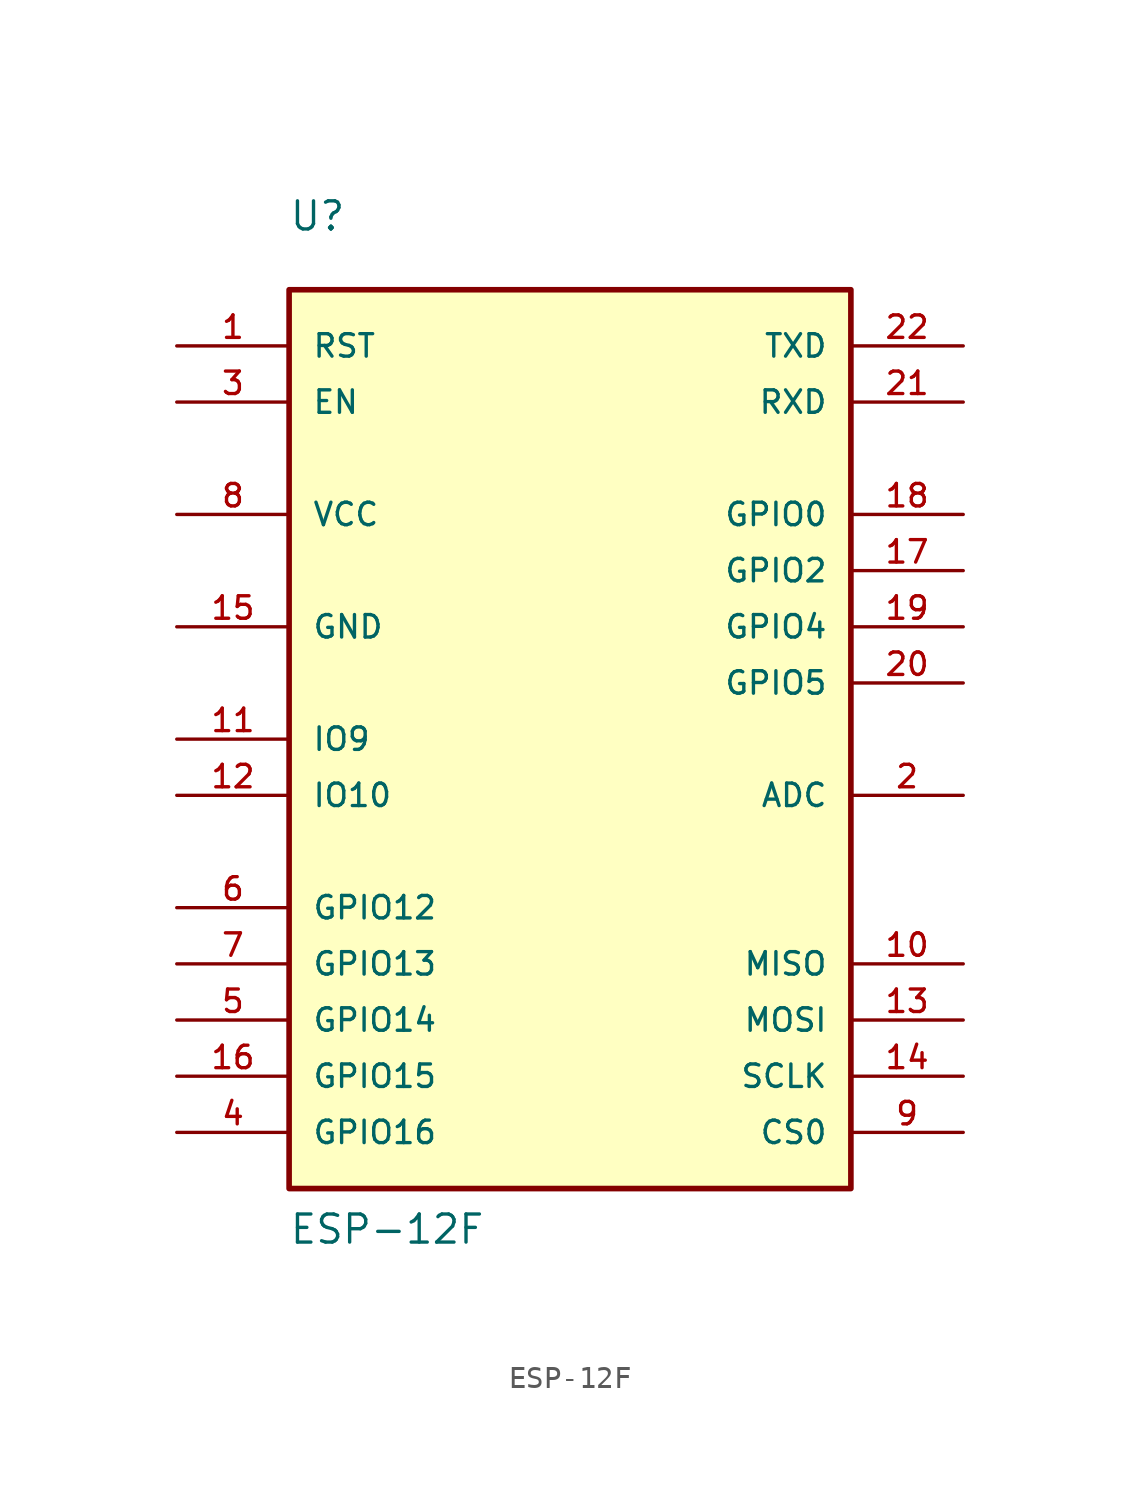
<source format=kicad_sym>
(kicad_symbol_lib
  (version 20220914)
  (generator kicad_symbol_editor)
  (symbol "ESP-12F"
    (pin_names
      (offset 1.016))
    (property "Reference" "U"
      (at -12.725 22.906 0)
      (effects (font (size 1.27 1.27)) (justify left bottom)))
    (property "Value" "ESP-12F"
      (at -12.724 -22.903 0)
      (effects (font (size 1.27 1.27)) (justify left bottom)))
    (symbol "ESP-12F_0_0"
      (rectangle (start -12.7 -20.32) (end 12.7 20.32) (stroke (width 0.254) (type default)) (fill (type background)))
      (pin bidirectional line (at -17.78 17.78 0) (length 5.08) (name "RST" (effects (font (size 1.016 1.016)))) (number "1" (effects (font (size 1.016 1.016)))))
      (pin bidirectional line (at 17.78 -10.16 180) (length 5.08) (name "MISO" (effects (font (size 1.016 1.016)))) (number "10" (effects (font (size 1.016 1.016)))))
      (pin bidirectional line (at -17.78 0 0) (length 5.08) (name "IO9" (effects (font (size 1.016 1.016)))) (number "11" (effects (font (size 1.016 1.016)))))
      (pin bidirectional line (at -17.78 -2.54 0) (length 5.08) (name "IO10" (effects (font (size 1.016 1.016)))) (number "12" (effects (font (size 1.016 1.016)))))
      (pin bidirectional line (at 17.78 -12.7 180) (length 5.08) (name "MOSI" (effects (font (size 1.016 1.016)))) (number "13" (effects (font (size 1.016 1.016)))))
      (pin bidirectional line (at 17.78 -15.24 180) (length 5.08) (name "SCLK" (effects (font (size 1.016 1.016)))) (number "14" (effects (font (size 1.016 1.016)))))
      (pin bidirectional line (at -17.78 5.08 0) (length 5.08) (name "GND" (effects (font (size 1.016 1.016)))) (number "15" (effects (font (size 1.016 1.016)))))
      (pin bidirectional line (at -17.78 -15.24 0) (length 5.08) (name "GPIO15" (effects (font (size 1.016 1.016)))) (number "16" (effects (font (size 1.016 1.016)))))
      (pin bidirectional line (at 17.78 7.62 180) (length 5.08) (name "GPIO2" (effects (font (size 1.016 1.016)))) (number "17" (effects (font (size 1.016 1.016)))))
      (pin bidirectional line (at 17.78 10.16 180) (length 5.08) (name "GPIO0" (effects (font (size 1.016 1.016)))) (number "18" (effects (font (size 1.016 1.016)))))
      (pin bidirectional line (at 17.78 5.08 180) (length 5.08) (name "GPIO4" (effects (font (size 1.016 1.016)))) (number "19" (effects (font (size 1.016 1.016)))))
      (pin bidirectional line (at 17.78 -2.54 180) (length 5.08) (name "ADC" (effects (font (size 1.016 1.016)))) (number "2" (effects (font (size 1.016 1.016)))))
      (pin bidirectional line (at 17.78 2.54 180) (length 5.08) (name "GPIO5" (effects (font (size 1.016 1.016)))) (number "20" (effects (font (size 1.016 1.016)))))
      (pin bidirectional line (at 17.78 15.24 180) (length 5.08) (name "RXD" (effects (font (size 1.016 1.016)))) (number "21" (effects (font (size 1.016 1.016)))))
      (pin bidirectional line (at 17.78 17.78 180) (length 5.08) (name "TXD" (effects (font (size 1.016 1.016)))) (number "22" (effects (font (size 1.016 1.016)))))
      (pin bidirectional line (at -17.78 15.24 0) (length 5.08) (name "EN" (effects (font (size 1.016 1.016)))) (number "3" (effects (font (size 1.016 1.016)))))
      (pin bidirectional line (at -17.78 -17.78 0) (length 5.08) (name "GPIO16" (effects (font (size 1.016 1.016)))) (number "4" (effects (font (size 1.016 1.016)))))
      (pin bidirectional line (at -17.78 -12.7 0) (length 5.08) (name "GPIO14" (effects (font (size 1.016 1.016)))) (number "5" (effects (font (size 1.016 1.016)))))
      (pin bidirectional line (at -17.78 -7.62 0) (length 5.08) (name "GPIO12" (effects (font (size 1.016 1.016)))) (number "6" (effects (font (size 1.016 1.016)))))
      (pin bidirectional line (at -17.78 -10.16 0) (length 5.08) (name "GPIO13" (effects (font (size 1.016 1.016)))) (number "7" (effects (font (size 1.016 1.016)))))
      (pin bidirectional line (at -17.78 10.16 0) (length 5.08) (name "VCC" (effects (font (size 1.016 1.016)))) (number "8" (effects (font (size 1.016 1.016)))))
      (pin bidirectional line (at 17.78 -17.78 180) (length 5.08) (name "CS0" (effects (font (size 1.016 1.016)))) (number "9" (effects (font (size 1.016 1.016))))))))
</source>
